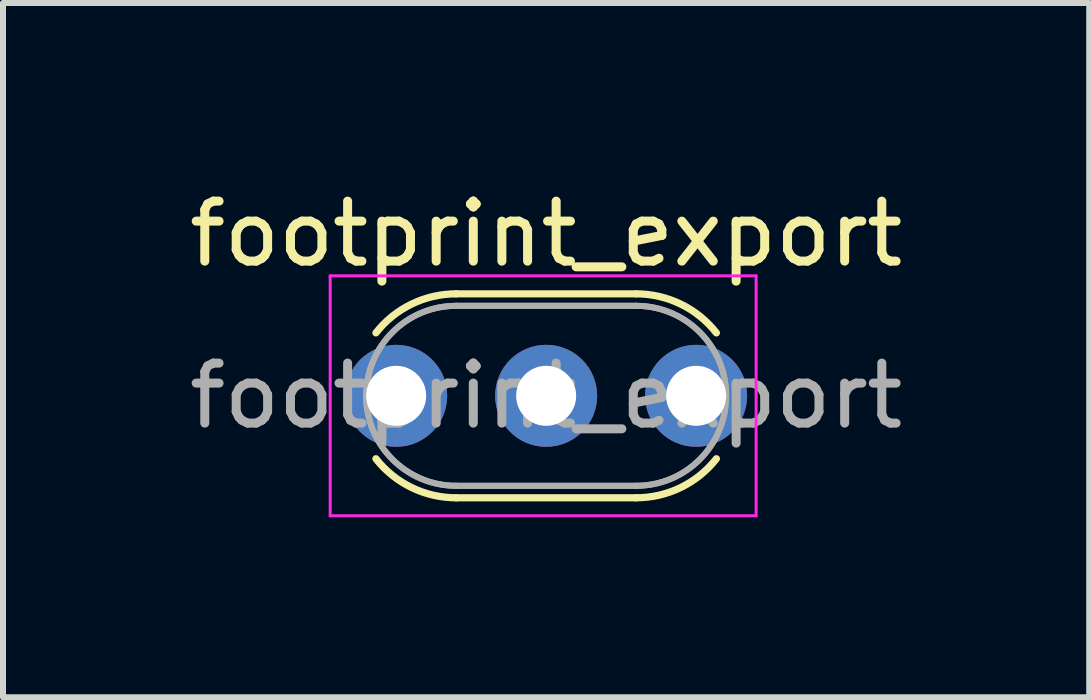
<source format=kicad_pcb>
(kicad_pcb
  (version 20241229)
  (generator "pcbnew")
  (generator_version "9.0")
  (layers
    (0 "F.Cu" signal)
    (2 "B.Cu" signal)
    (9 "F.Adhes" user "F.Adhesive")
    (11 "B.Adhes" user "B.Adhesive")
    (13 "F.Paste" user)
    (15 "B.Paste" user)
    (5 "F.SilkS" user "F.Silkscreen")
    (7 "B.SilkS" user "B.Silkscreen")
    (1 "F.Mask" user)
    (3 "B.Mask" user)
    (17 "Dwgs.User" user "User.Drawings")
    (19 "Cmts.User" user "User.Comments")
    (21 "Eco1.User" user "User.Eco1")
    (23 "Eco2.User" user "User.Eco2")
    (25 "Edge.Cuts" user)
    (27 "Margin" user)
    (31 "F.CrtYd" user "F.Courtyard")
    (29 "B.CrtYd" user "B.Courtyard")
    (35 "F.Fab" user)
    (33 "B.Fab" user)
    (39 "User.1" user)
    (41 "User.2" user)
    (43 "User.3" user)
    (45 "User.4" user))
  (footprint "footprint_export"
    (layer "F.Cu")
    (at 3.554 3.548)
    (property "Reference" "footprint_export" (at 2.5 -2.7 0) (layer "F.SilkS") (effects (font (size 1 1) (thickness 0.15))))
    (attr through_hole)
    (fp_line (start 1 -1.7) (end 4 -1.7) (stroke (width 0.12) (type solid)) (layer "F.SilkS"))
    (fp_line (start 1 1.7) (end 4 1.7) (stroke (width 0.12) (type solid)) (layer "F.SilkS"))
    (fp_arc (start -0.33779 -1.048961) (mid 0.256102 -1.5286) (end 1 -1.7) (stroke (width 0.12) (type solid)) (layer "F.SilkS"))
    (fp_arc (start 1 1.7) (mid 0.256103 1.5286) (end -0.33779 1.048961) (stroke (width 0.12) (type solid)) (layer "F.SilkS"))
    (fp_arc (start 4 -1.7) (mid 4.743897 -1.5286) (end 5.33779 -1.048961) (stroke (width 0.12) (type solid)) (layer "F.SilkS"))
    (fp_arc (start 5.33779 1.048961) (mid 4.743898 1.5286) (end 4 1.7) (stroke (width 0.12) (type solid)) (layer "F.SilkS"))
    (fp_line (start -1.1 -2) (end -1.1 2) (stroke (width 0.05) (type solid)) (layer "F.CrtYd"))
    (fp_line (start -1.1 2) (end 6 2) (stroke (width 0.05) (type solid)) (layer "F.CrtYd"))
    (fp_line (start 6 -2) (end -1.1 -2) (stroke (width 0.05) (type solid)) (layer "F.CrtYd"))
    (fp_line (start 6 2) (end 6 -2) (stroke (width 0.05) (type solid)) (layer "F.CrtYd"))
    (fp_line (start 1 -1.5) (end 4 -1.5) (stroke (width 0.1) (type solid)) (layer "F.Fab"))
    (fp_line (start 1 -1.5) (end 4 -1.5) (stroke (width 0.1) (type solid)) (layer "F.Fab"))
    (fp_line (start 1 1.5) (end 4 1.5) (stroke (width 0.1) (type solid)) (layer "F.Fab"))
    (fp_line (start 1 1.5) (end 4 1.5) (stroke (width 0.1) (type solid)) (layer "F.Fab"))
    (fp_arc (start 1 1.5) (mid -0.5 0) (end 1 -1.5) (stroke (width 0.1) (type solid)) (layer "F.Fab"))
    (fp_arc (start 1 1.5) (mid -0.5 0) (end 1 -1.5) (stroke (width 0.1) (type solid)) (layer "F.Fab"))
    (fp_arc (start 4 -1.5) (mid 5.5 0) (end 4 1.5) (stroke (width 0.1) (type solid)) (layer "F.Fab"))
    (fp_arc (start 4 -1.5) (mid 5.5 0) (end 4 1.5) (stroke (width 0.1) (type solid)) (layer "F.Fab"))
    (fp_text user "${REFERENCE}" (at 2.5 0 0) (layer "F.Fab") (effects (font (size 1 1) (thickness 0.15))))
    (pad "1" thru_hole circle (at 0 0) (size 1.7 1.7) (drill 1) (layers "*.Cu" "*.Mask"))
    (pad "2" thru_hole circle (at 2.5 0) (size 1.7 1.7) (drill 1) (layers "*.Cu" "*.Mask"))
    (pad "3" thru_hole circle (at 5 0) (size 1.7 1.7) (drill 1) (layers "*.Cu" "*.Mask")))
  (gr_rect
    (start -3 -3)
    (end 15.107 8.573)
    (stroke (width 0.1) (type default))
    (fill no)
    (layer "Edge.Cuts")))
</source>
